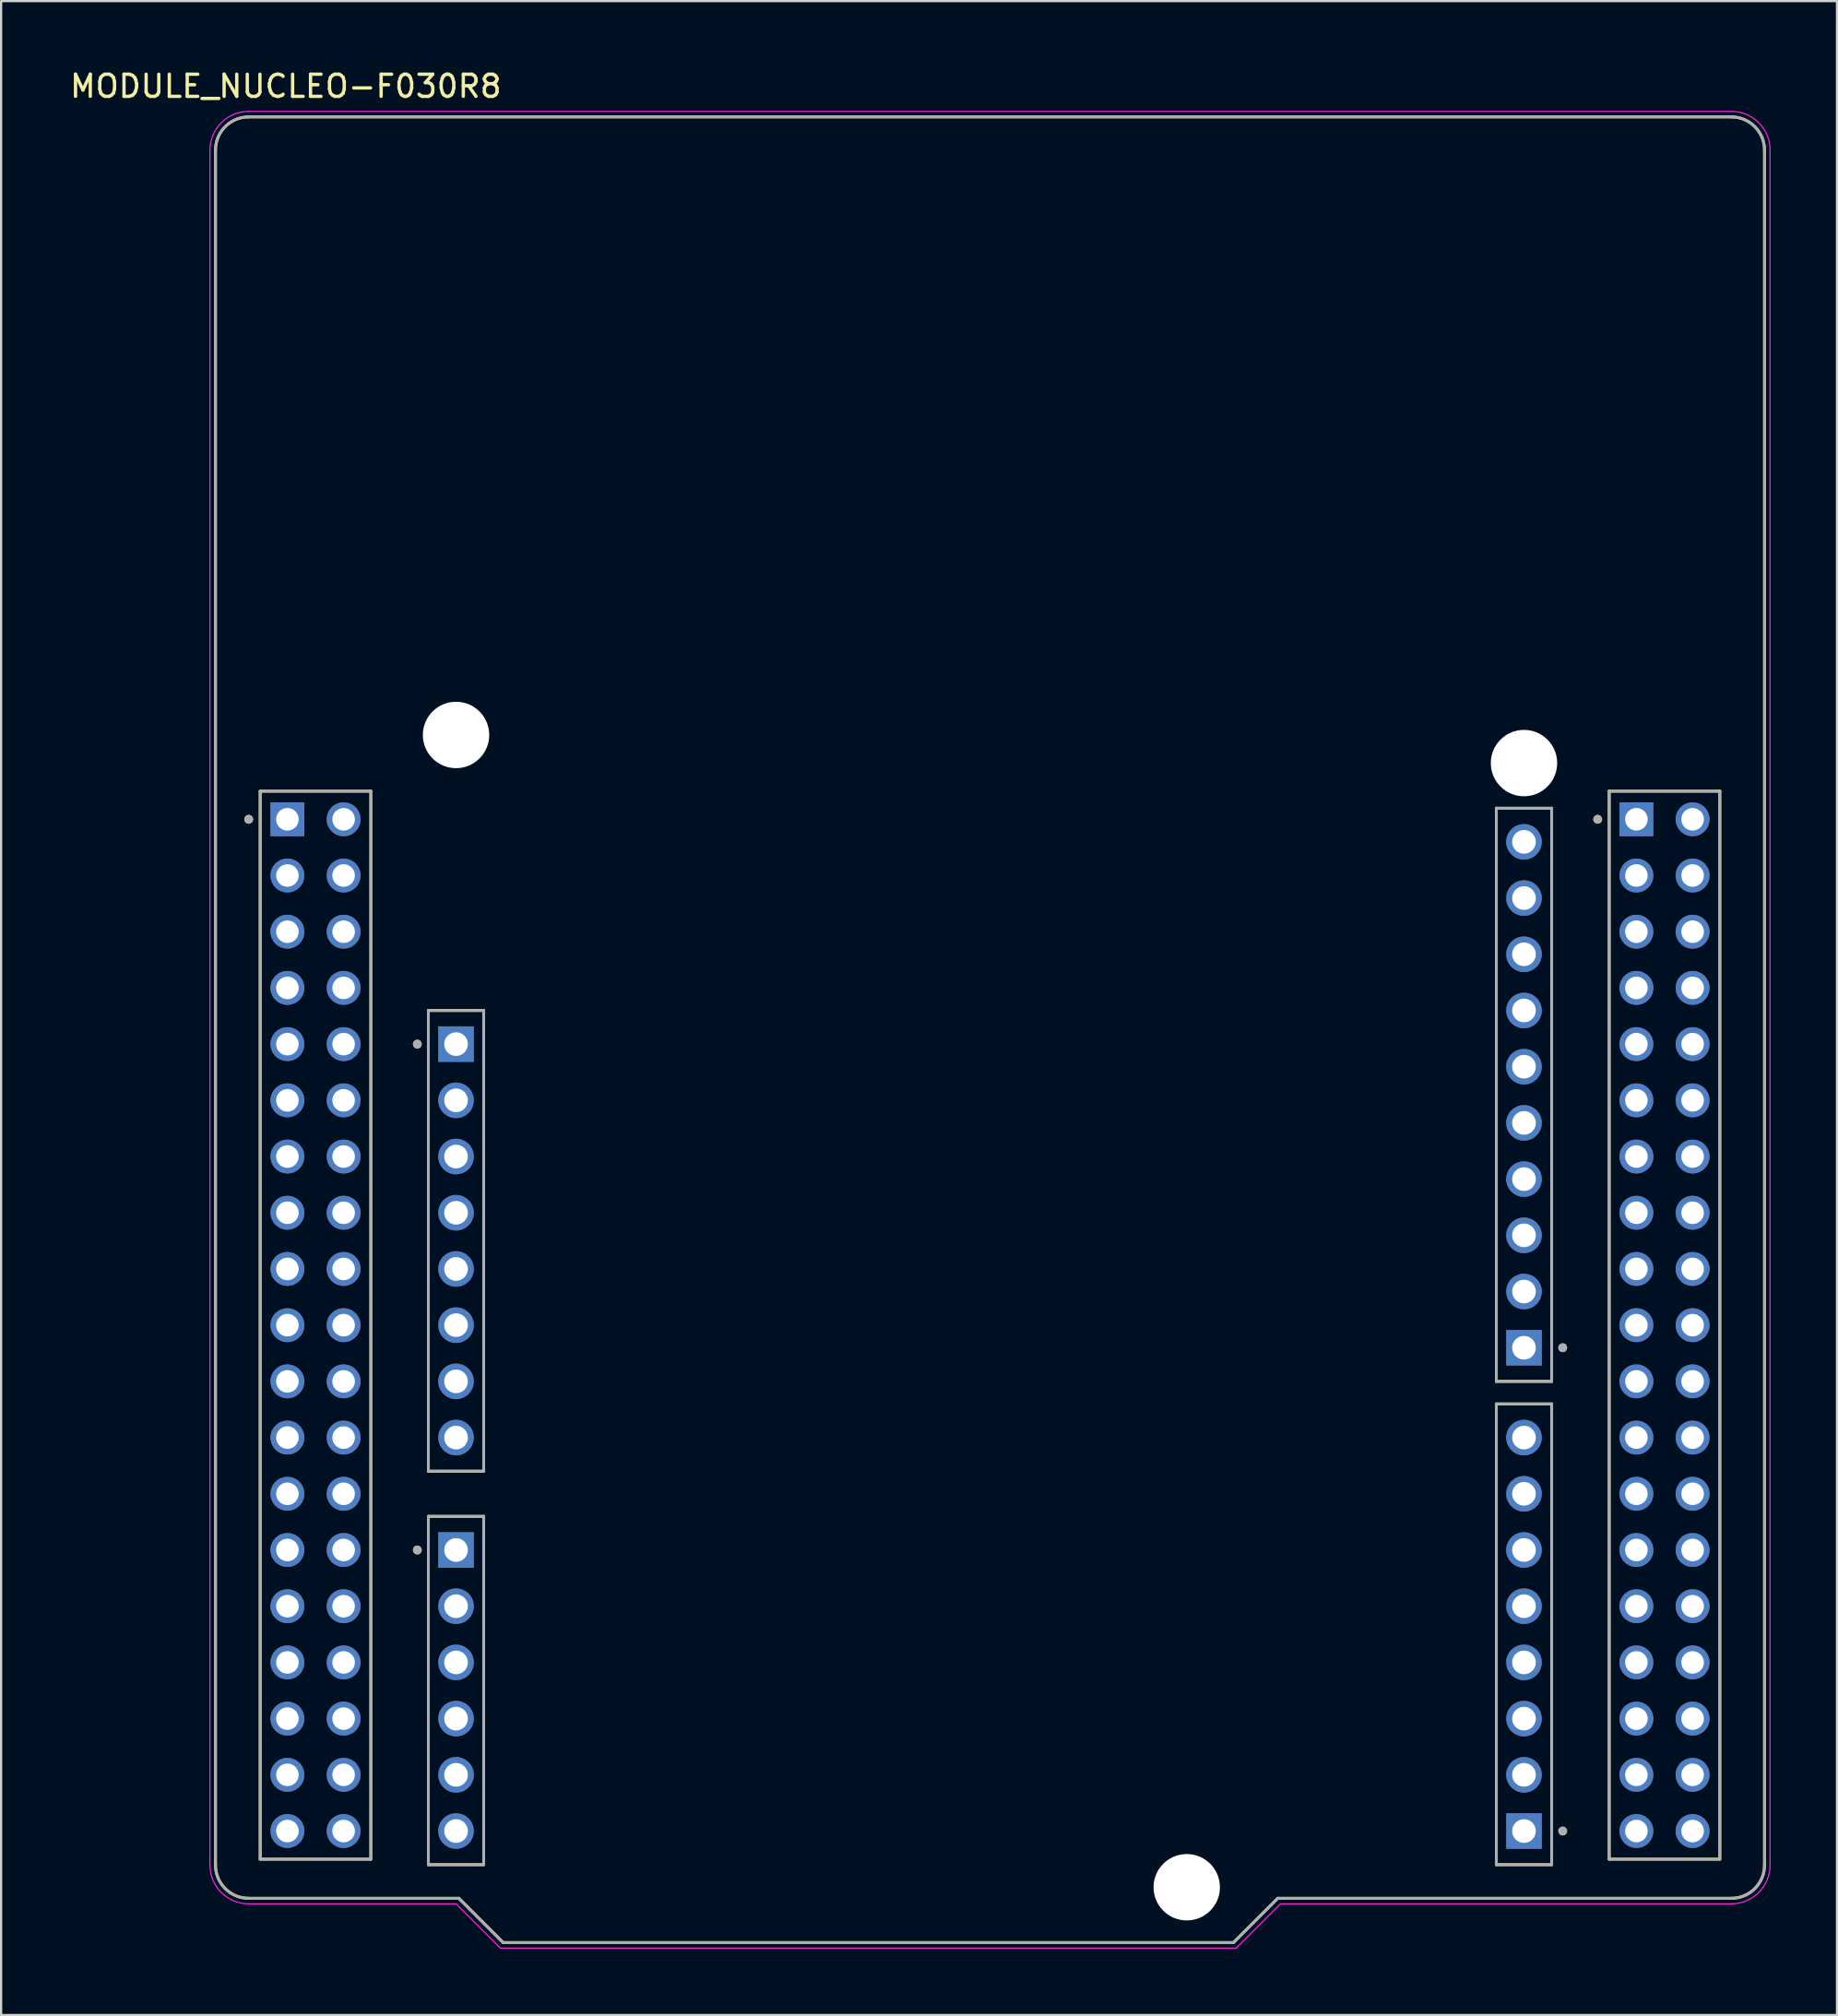
<source format=kicad_pcb>
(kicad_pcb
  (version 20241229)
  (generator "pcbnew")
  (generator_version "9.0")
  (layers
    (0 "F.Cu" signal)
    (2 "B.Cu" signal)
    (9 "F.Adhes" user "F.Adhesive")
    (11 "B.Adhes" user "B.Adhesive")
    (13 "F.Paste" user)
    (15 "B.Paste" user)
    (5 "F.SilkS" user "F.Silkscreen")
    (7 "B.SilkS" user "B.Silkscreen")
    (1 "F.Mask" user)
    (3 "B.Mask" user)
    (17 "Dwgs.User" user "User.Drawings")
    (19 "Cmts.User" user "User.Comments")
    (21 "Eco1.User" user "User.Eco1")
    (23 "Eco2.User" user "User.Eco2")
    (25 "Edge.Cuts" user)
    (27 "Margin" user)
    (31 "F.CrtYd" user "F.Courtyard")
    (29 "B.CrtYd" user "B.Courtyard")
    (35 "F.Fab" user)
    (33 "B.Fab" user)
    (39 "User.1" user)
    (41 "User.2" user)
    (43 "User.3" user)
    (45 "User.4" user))
  (footprint "MODULE_NUCLEO-F030R8"
    (layer "F.Cu")
    (at 41.688 43.483)
    (property "Reference" "MODULE_NUCLEO-F030R8" (at -31.825 -42.635 0) (layer "F.SilkS") (effects (font (size 1 1) (thickness 0.15))))
    (attr through_hole)
    (fp_line (start -35 37.75) (end -35 -39.75) (stroke (width 0.127) (type solid)) (layer "F.SilkS"))
    (fp_line (start -33.5 -41.25) (end 33.5 -41.25) (stroke (width 0.127) (type solid)) (layer "F.SilkS"))
    (fp_line (start -32.98 -10.78) (end -32.98 37.48) (stroke (width 0.127) (type solid)) (layer "F.SilkS"))
    (fp_line (start -32.98 37.48) (end -27.98 37.48) (stroke (width 0.127) (type solid)) (layer "F.SilkS"))
    (fp_line (start -27.98 -10.78) (end -32.98 -10.78) (stroke (width 0.127) (type solid)) (layer "F.SilkS"))
    (fp_line (start -27.98 37.48) (end -27.98 -10.78) (stroke (width 0.127) (type solid)) (layer "F.SilkS"))
    (fp_line (start -25.38 -0.87) (end -25.38 19.95) (stroke (width 0.127) (type solid)) (layer "F.SilkS"))
    (fp_line (start -25.38 19.95) (end -22.88 19.95) (stroke (width 0.127) (type solid)) (layer "F.SilkS"))
    (fp_line (start -25.38 21.99) (end -25.38 37.73) (stroke (width 0.127) (type solid)) (layer "F.SilkS"))
    (fp_line (start -25.38 37.73) (end -22.88 37.73) (stroke (width 0.127) (type solid)) (layer "F.SilkS"))
    (fp_line (start -24 39.25) (end -33.5 39.25) (stroke (width 0.127) (type solid)) (layer "F.SilkS"))
    (fp_line (start -22.88 -0.87) (end -25.38 -0.87) (stroke (width 0.127) (type solid)) (layer "F.SilkS"))
    (fp_line (start -22.88 19.95) (end -22.88 -0.87) (stroke (width 0.127) (type solid)) (layer "F.SilkS"))
    (fp_line (start -22.88 21.99) (end -25.38 21.99) (stroke (width 0.127) (type solid)) (layer "F.SilkS"))
    (fp_line (start -22.88 37.73) (end -22.88 21.99) (stroke (width 0.127) (type solid)) (layer "F.SilkS"))
    (fp_line (start -22 41.25) (end -24 39.25) (stroke (width 0.127) (type solid)) (layer "F.SilkS"))
    (fp_line (start 11 41.25) (end -22 41.25) (stroke (width 0.127) (type solid)) (layer "F.SilkS"))
    (fp_line (start 13 39.25) (end 11 41.25) (stroke (width 0.127) (type solid)) (layer "F.SilkS"))
    (fp_line (start 22.88 -10.01) (end 22.88 15.89) (stroke (width 0.127) (type solid)) (layer "F.SilkS"))
    (fp_line (start 22.88 15.89) (end 25.38 15.89) (stroke (width 0.127) (type solid)) (layer "F.SilkS"))
    (fp_line (start 22.88 16.91) (end 22.88 37.73) (stroke (width 0.127) (type solid)) (layer "F.SilkS"))
    (fp_line (start 22.88 37.73) (end 25.38 37.73) (stroke (width 0.127) (type solid)) (layer "F.SilkS"))
    (fp_line (start 25.38 -10.01) (end 22.88 -10.01) (stroke (width 0.127) (type solid)) (layer "F.SilkS"))
    (fp_line (start 25.38 15.89) (end 25.38 -10.01) (stroke (width 0.127) (type solid)) (layer "F.SilkS"))
    (fp_line (start 25.38 16.91) (end 22.88 16.91) (stroke (width 0.127) (type solid)) (layer "F.SilkS"))
    (fp_line (start 25.38 37.73) (end 25.38 16.91) (stroke (width 0.127) (type solid)) (layer "F.SilkS"))
    (fp_line (start 27.98 -10.78) (end 27.98 37.48) (stroke (width 0.127) (type solid)) (layer "F.SilkS"))
    (fp_line (start 27.98 37.48) (end 32.98 37.48) (stroke (width 0.127) (type solid)) (layer "F.SilkS"))
    (fp_line (start 32.98 -10.78) (end 27.98 -10.78) (stroke (width 0.127) (type solid)) (layer "F.SilkS"))
    (fp_line (start 32.98 37.48) (end 32.98 -10.78) (stroke (width 0.127) (type solid)) (layer "F.SilkS"))
    (fp_line (start 33.5 39.25) (end 13 39.25) (stroke (width 0.127) (type solid)) (layer "F.SilkS"))
    (fp_line (start 35 -39.75) (end 35 37.75) (stroke (width 0.127) (type solid)) (layer "F.SilkS"))
    (fp_arc (start -35 -39.75) (mid -34.56066 -40.81066) (end -33.5 -41.25) (stroke (width 0.127) (type solid)) (layer "F.SilkS"))
    (fp_arc (start -33.5 39.25) (mid -34.56066 38.81066) (end -35 37.75) (stroke (width 0.127) (type solid)) (layer "F.SilkS"))
    (fp_arc (start 33.5 -41.25) (mid 34.56066 -40.81066) (end 35 -39.75) (stroke (width 0.127) (type solid)) (layer "F.SilkS"))
    (fp_arc (start 35 37.75) (mid 34.56066 38.81066) (end 33.5 39.25) (stroke (width 0.127) (type solid)) (layer "F.SilkS"))
    (fp_circle (center -33.5 -9.51) (end -33.4 -9.51) (stroke (width 0.2) (type solid)) (fill no) (layer "F.SilkS"))
    (fp_circle (center -25.88 0.65) (end -25.78 0.65) (stroke (width 0.2) (type solid)) (fill no) (layer "F.SilkS"))
    (fp_circle (center -25.88 23.51) (end -25.78 23.51) (stroke (width 0.2) (type solid)) (fill no) (layer "F.SilkS"))
    (fp_circle (center 25.88 14.37) (end 25.98 14.37) (stroke (width 0.2) (type solid)) (fill no) (layer "F.SilkS"))
    (fp_circle (center 25.88 36.21) (end 25.98 36.21) (stroke (width 0.2) (type solid)) (fill no) (layer "F.SilkS"))
    (fp_circle (center 27.46 -9.51) (end 27.56 -9.51) (stroke (width 0.2) (type solid)) (fill no) (layer "F.SilkS"))
    (fp_line (start -35.25 37.75) (end -35.25 -39.75) (stroke (width 0.05) (type solid)) (layer "F.CrtYd"))
    (fp_line (start -33.5 -41.5) (end 33.5 -41.5) (stroke (width 0.05) (type solid)) (layer "F.CrtYd"))
    (fp_line (start -24.125 39.5) (end -33.5 39.5) (stroke (width 0.05) (type solid)) (layer "F.CrtYd"))
    (fp_line (start -22.125 41.5) (end -24.125 39.5) (stroke (width 0.05) (type solid)) (layer "F.CrtYd"))
    (fp_line (start 11.125 41.5) (end -22.125 41.5) (stroke (width 0.05) (type solid)) (layer "F.CrtYd"))
    (fp_line (start 13.125 39.5) (end 11.125 41.5) (stroke (width 0.05) (type solid)) (layer "F.CrtYd"))
    (fp_line (start 33.5 39.5) (end 13.125 39.5) (stroke (width 0.05) (type solid)) (layer "F.CrtYd"))
    (fp_line (start 35.25 -39.75) (end 35.25 37.75) (stroke (width 0.05) (type solid)) (layer "F.CrtYd"))
    (fp_arc (start -35.25 -39.75) (mid -34.737437 -40.987437) (end -33.5 -41.5) (stroke (width 0.05) (type solid)) (layer "F.CrtYd"))
    (fp_arc (start -33.5 39.5) (mid -34.737437 38.987437) (end -35.25 37.75) (stroke (width 0.05) (type solid)) (layer "F.CrtYd"))
    (fp_arc (start 33.5 -41.5) (mid 34.737437 -40.987437) (end 35.25 -39.75) (stroke (width 0.05) (type solid)) (layer "F.CrtYd"))
    (fp_arc (start 35.25 37.75) (mid 34.737437 38.987437) (end 33.5 39.5) (stroke (width 0.05) (type solid)) (layer "F.CrtYd"))
    (fp_line (start -35 37.75) (end -35 -39.75) (stroke (width 0.127) (type solid)) (layer "F.Fab"))
    (fp_line (start -33.5 -41.25) (end 33.5 -41.25) (stroke (width 0.127) (type solid)) (layer "F.Fab"))
    (fp_line (start -32.98 -10.78) (end -32.98 37.48) (stroke (width 0.127) (type solid)) (layer "F.Fab"))
    (fp_line (start -32.98 37.48) (end -27.98 37.48) (stroke (width 0.127) (type solid)) (layer "F.Fab"))
    (fp_line (start -27.98 -10.78) (end -32.98 -10.78) (stroke (width 0.127) (type solid)) (layer "F.Fab"))
    (fp_line (start -27.98 37.48) (end -27.98 -10.78) (stroke (width 0.127) (type solid)) (layer "F.Fab"))
    (fp_line (start -25.38 -0.87) (end -25.38 19.95) (stroke (width 0.127) (type solid)) (layer "F.Fab"))
    (fp_line (start -25.38 19.95) (end -22.88 19.95) (stroke (width 0.127) (type solid)) (layer "F.Fab"))
    (fp_line (start -25.38 21.99) (end -25.38 37.73) (stroke (width 0.127) (type solid)) (layer "F.Fab"))
    (fp_line (start -25.38 37.73) (end -22.88 37.73) (stroke (width 0.127) (type solid)) (layer "F.Fab"))
    (fp_line (start -24 39.25) (end -33.5 39.25) (stroke (width 0.127) (type solid)) (layer "F.Fab"))
    (fp_line (start -22.88 -0.87) (end -25.38 -0.87) (stroke (width 0.127) (type solid)) (layer "F.Fab"))
    (fp_line (start -22.88 19.95) (end -22.88 -0.87) (stroke (width 0.127) (type solid)) (layer "F.Fab"))
    (fp_line (start -22.88 21.99) (end -25.38 21.99) (stroke (width 0.127) (type solid)) (layer "F.Fab"))
    (fp_line (start -22.88 37.73) (end -22.88 21.99) (stroke (width 0.127) (type solid)) (layer "F.Fab"))
    (fp_line (start -22 41.25) (end -24 39.25) (stroke (width 0.127) (type solid)) (layer "F.Fab"))
    (fp_line (start 11 41.25) (end -22 41.25) (stroke (width 0.127) (type solid)) (layer "F.Fab"))
    (fp_line (start 13 39.25) (end 11 41.25) (stroke (width 0.127) (type solid)) (layer "F.Fab"))
    (fp_line (start 22.88 -10.01) (end 22.88 15.89) (stroke (width 0.127) (type solid)) (layer "F.Fab"))
    (fp_line (start 22.88 15.89) (end 25.38 15.89) (stroke (width 0.127) (type solid)) (layer "F.Fab"))
    (fp_line (start 22.88 16.91) (end 22.88 37.73) (stroke (width 0.127) (type solid)) (layer "F.Fab"))
    (fp_line (start 22.88 37.73) (end 25.38 37.73) (stroke (width 0.127) (type solid)) (layer "F.Fab"))
    (fp_line (start 25.38 -10.01) (end 22.88 -10.01) (stroke (width 0.127) (type solid)) (layer "F.Fab"))
    (fp_line (start 25.38 15.89) (end 25.38 -10.01) (stroke (width 0.127) (type solid)) (layer "F.Fab"))
    (fp_line (start 25.38 16.91) (end 22.88 16.91) (stroke (width 0.127) (type solid)) (layer "F.Fab"))
    (fp_line (start 25.38 37.73) (end 25.38 16.91) (stroke (width 0.127) (type solid)) (layer "F.Fab"))
    (fp_line (start 27.98 -10.78) (end 27.98 37.48) (stroke (width 0.127) (type solid)) (layer "F.Fab"))
    (fp_line (start 27.98 37.48) (end 32.98 37.48) (stroke (width 0.127) (type solid)) (layer "F.Fab"))
    (fp_line (start 32.98 -10.78) (end 27.98 -10.78) (stroke (width 0.127) (type solid)) (layer "F.Fab"))
    (fp_line (start 32.98 37.48) (end 32.98 -10.78) (stroke (width 0.127) (type solid)) (layer "F.Fab"))
    (fp_line (start 33.5 39.25) (end 13 39.25) (stroke (width 0.127) (type solid)) (layer "F.Fab"))
    (fp_line (start 35 -39.75) (end 35 37.75) (stroke (width 0.127) (type solid)) (layer "F.Fab"))
    (fp_arc (start -35 -39.75) (mid -34.56066 -40.81066) (end -33.5 -41.25) (stroke (width 0.127) (type solid)) (layer "F.Fab"))
    (fp_arc (start -33.5 39.25) (mid -34.56066 38.81066) (end -35 37.75) (stroke (width 0.127) (type solid)) (layer "F.Fab"))
    (fp_arc (start 33.5 -41.25) (mid 34.56066 -40.81066) (end 35 -39.75) (stroke (width 0.127) (type solid)) (layer "F.Fab"))
    (fp_arc (start 35 37.75) (mid 34.56066 38.81066) (end 33.5 39.25) (stroke (width 0.127) (type solid)) (layer "F.Fab"))
    (fp_circle (center -33.5 -9.51) (end -33.4 -9.51) (stroke (width 0.2) (type solid)) (fill no) (layer "F.Fab"))
    (fp_circle (center -25.88 0.65) (end -25.78 0.65) (stroke (width 0.2) (type solid)) (fill no) (layer "F.Fab"))
    (fp_circle (center -25.88 23.51) (end -25.78 23.51) (stroke (width 0.2) (type solid)) (fill no) (layer "F.Fab"))
    (fp_circle (center 25.88 14.37) (end 25.98 14.37) (stroke (width 0.2) (type solid)) (fill no) (layer "F.Fab"))
    (fp_circle (center 25.88 36.21) (end 25.98 36.21) (stroke (width 0.2) (type solid)) (fill no) (layer "F.Fab"))
    (fp_circle (center 27.46 -9.51) (end 27.56 -9.51) (stroke (width 0.2) (type solid)) (fill no) (layer "F.Fab"))
    (pad "" np_thru_hole circle (at -24.13 -13.32) (size 3 3) (drill 3) (layers "*.Cu" "*.Mask"))
    (pad "" np_thru_hole circle (at 8.89 38.75) (size 3 3) (drill 3) (layers "*.Cu" "*.Mask"))
    (pad "" np_thru_hole circle (at 24.13 -12.05) (size 3 3) (drill 3) (layers "*.Cu" "*.Mask"))
    (pad "CN5_1" thru_hole rect (at 24.13 14.37) (size 1.605 1.605) (drill 1.07) (layers "*.Cu" "*.Mask"))
    (pad "CN5_2" thru_hole circle (at 24.13 11.83) (size 1.605 1.605) (drill 1.07) (layers "*.Cu" "*.Mask"))
    (pad "CN5_3" thru_hole circle (at 24.13 9.29) (size 1.605 1.605) (drill 1.07) (layers "*.Cu" "*.Mask"))
    (pad "CN5_4" thru_hole circle (at 24.13 6.75) (size 1.605 1.605) (drill 1.07) (layers "*.Cu" "*.Mask"))
    (pad "CN5_5" thru_hole circle (at 24.13 4.21) (size 1.605 1.605) (drill 1.07) (layers "*.Cu" "*.Mask"))
    (pad "CN5_6" thru_hole circle (at 24.13 1.67) (size 1.605 1.605) (drill 1.07) (layers "*.Cu" "*.Mask"))
    (pad "CN5_7" thru_hole circle (at 24.13 -0.87) (size 1.605 1.605) (drill 1.07) (layers "*.Cu" "*.Mask"))
    (pad "CN5_8" thru_hole circle (at 24.13 -3.41) (size 1.605 1.605) (drill 1.07) (layers "*.Cu" "*.Mask"))
    (pad "CN5_9" thru_hole circle (at 24.13 -5.95) (size 1.605 1.605) (drill 1.07) (layers "*.Cu" "*.Mask"))
    (pad "CN5_10" thru_hole circle (at 24.13 -8.49) (size 1.605 1.605) (drill 1.07) (layers "*.Cu" "*.Mask"))
    (pad "CN6_1" thru_hole rect (at -24.13 0.65) (size 1.605 1.605) (drill 1.07) (layers "*.Cu" "*.Mask"))
    (pad "CN6_2" thru_hole circle (at -24.13 3.19) (size 1.605 1.605) (drill 1.07) (layers "*.Cu" "*.Mask"))
    (pad "CN6_3" thru_hole circle (at -24.13 5.73) (size 1.605 1.605) (drill 1.07) (layers "*.Cu" "*.Mask"))
    (pad "CN6_4" thru_hole circle (at -24.13 8.27) (size 1.605 1.605) (drill 1.07) (layers "*.Cu" "*.Mask"))
    (pad "CN6_5" thru_hole circle (at -24.13 10.81) (size 1.605 1.605) (drill 1.07) (layers "*.Cu" "*.Mask"))
    (pad "CN6_6" thru_hole circle (at -24.13 13.35) (size 1.605 1.605) (drill 1.07) (layers "*.Cu" "*.Mask"))
    (pad "CN6_7" thru_hole circle (at -24.13 15.89) (size 1.605 1.605) (drill 1.07) (layers "*.Cu" "*.Mask"))
    (pad "CN6_8" thru_hole circle (at -24.13 18.43) (size 1.605 1.605) (drill 1.07) (layers "*.Cu" "*.Mask"))
    (pad "CN7_1" thru_hole rect (at -31.75 -9.51) (size 1.53 1.53) (drill 1.02) (layers "*.Cu" "*.Mask"))
    (pad "CN7_2" thru_hole circle (at -29.21 -9.51) (size 1.53 1.53) (drill 1.02) (layers "*.Cu" "*.Mask"))
    (pad "CN7_3" thru_hole circle (at -31.75 -6.97) (size 1.53 1.53) (drill 1.02) (layers "*.Cu" "*.Mask"))
    (pad "CN7_4" thru_hole circle (at -29.21 -6.97) (size 1.53 1.53) (drill 1.02) (layers "*.Cu" "*.Mask"))
    (pad "CN7_5" thru_hole circle (at -31.75 -4.43) (size 1.53 1.53) (drill 1.02) (layers "*.Cu" "*.Mask"))
    (pad "CN7_6" thru_hole circle (at -29.21 -4.43) (size 1.53 1.53) (drill 1.02) (layers "*.Cu" "*.Mask"))
    (pad "CN7_7" thru_hole circle (at -31.75 -1.89) (size 1.53 1.53) (drill 1.02) (layers "*.Cu" "*.Mask"))
    (pad "CN7_8" thru_hole circle (at -29.21 -1.89) (size 1.53 1.53) (drill 1.02) (layers "*.Cu" "*.Mask"))
    (pad "CN7_9" thru_hole circle (at -31.75 0.65) (size 1.53 1.53) (drill 1.02) (layers "*.Cu" "*.Mask"))
    (pad "CN7_10" thru_hole circle (at -29.21 0.65) (size 1.53 1.53) (drill 1.02) (layers "*.Cu" "*.Mask"))
    (pad "CN7_11" thru_hole circle (at -31.75 3.19) (size 1.53 1.53) (drill 1.02) (layers "*.Cu" "*.Mask"))
    (pad "CN7_12" thru_hole circle (at -29.21 3.19) (size 1.53 1.53) (drill 1.02) (layers "*.Cu" "*.Mask"))
    (pad "CN7_13" thru_hole circle (at -31.75 5.73) (size 1.53 1.53) (drill 1.02) (layers "*.Cu" "*.Mask"))
    (pad "CN7_14" thru_hole circle (at -29.21 5.73) (size 1.53 1.53) (drill 1.02) (layers "*.Cu" "*.Mask"))
    (pad "CN7_15" thru_hole circle (at -31.75 8.27) (size 1.53 1.53) (drill 1.02) (layers "*.Cu" "*.Mask"))
    (pad "CN7_16" thru_hole circle (at -29.21 8.27) (size 1.53 1.53) (drill 1.02) (layers "*.Cu" "*.Mask"))
    (pad "CN7_17" thru_hole circle (at -31.75 10.81) (size 1.53 1.53) (drill 1.02) (layers "*.Cu" "*.Mask"))
    (pad "CN7_18" thru_hole circle (at -29.21 10.81) (size 1.53 1.53) (drill 1.02) (layers "*.Cu" "*.Mask"))
    (pad "CN7_19" thru_hole circle (at -31.75 13.35) (size 1.53 1.53) (drill 1.02) (layers "*.Cu" "*.Mask"))
    (pad "CN7_20" thru_hole circle (at -29.21 13.35) (size 1.53 1.53) (drill 1.02) (layers "*.Cu" "*.Mask"))
    (pad "CN7_21" thru_hole circle (at -31.75 15.89) (size 1.53 1.53) (drill 1.02) (layers "*.Cu" "*.Mask"))
    (pad "CN7_22" thru_hole circle (at -29.21 15.89) (size 1.53 1.53) (drill 1.02) (layers "*.Cu" "*.Mask"))
    (pad "CN7_23" thru_hole circle (at -31.75 18.43) (size 1.53 1.53) (drill 1.02) (layers "*.Cu" "*.Mask"))
    (pad "CN7_24" thru_hole circle (at -29.21 18.43) (size 1.53 1.53) (drill 1.02) (layers "*.Cu" "*.Mask"))
    (pad "CN7_25" thru_hole circle (at -31.75 20.97) (size 1.53 1.53) (drill 1.02) (layers "*.Cu" "*.Mask"))
    (pad "CN7_26" thru_hole circle (at -29.21 20.97) (size 1.53 1.53) (drill 1.02) (layers "*.Cu" "*.Mask"))
    (pad "CN7_27" thru_hole circle (at -31.75 23.51) (size 1.53 1.53) (drill 1.02) (layers "*.Cu" "*.Mask"))
    (pad "CN7_28" thru_hole circle (at -29.21 23.51) (size 1.53 1.53) (drill 1.02) (layers "*.Cu" "*.Mask"))
    (pad "CN7_29" thru_hole circle (at -31.75 26.05) (size 1.53 1.53) (drill 1.02) (layers "*.Cu" "*.Mask"))
    (pad "CN7_30" thru_hole circle (at -29.21 26.05) (size 1.53 1.53) (drill 1.02) (layers "*.Cu" "*.Mask"))
    (pad "CN7_31" thru_hole circle (at -31.75 28.59) (size 1.53 1.53) (drill 1.02) (layers "*.Cu" "*.Mask"))
    (pad "CN7_32" thru_hole circle (at -29.21 28.59) (size 1.53 1.53) (drill 1.02) (layers "*.Cu" "*.Mask"))
    (pad "CN7_33" thru_hole circle (at -31.75 31.13) (size 1.53 1.53) (drill 1.02) (layers "*.Cu" "*.Mask"))
    (pad "CN7_34" thru_hole circle (at -29.21 31.13) (size 1.53 1.53) (drill 1.02) (layers "*.Cu" "*.Mask"))
    (pad "CN7_35" thru_hole circle (at -31.75 33.67) (size 1.53 1.53) (drill 1.02) (layers "*.Cu" "*.Mask"))
    (pad "CN7_36" thru_hole circle (at -29.21 33.67) (size 1.53 1.53) (drill 1.02) (layers "*.Cu" "*.Mask"))
    (pad "CN7_37" thru_hole circle (at -31.75 36.21) (size 1.53 1.53) (drill 1.02) (layers "*.Cu" "*.Mask"))
    (pad "CN7_38" thru_hole circle (at -29.21 36.21) (size 1.53 1.53) (drill 1.02) (layers "*.Cu" "*.Mask"))
    (pad "CN8_1" thru_hole rect (at -24.13 23.51) (size 1.605 1.605) (drill 1.07) (layers "*.Cu" "*.Mask"))
    (pad "CN8_2" thru_hole circle (at -24.13 26.05) (size 1.605 1.605) (drill 1.07) (layers "*.Cu" "*.Mask"))
    (pad "CN8_3" thru_hole circle (at -24.13 28.59) (size 1.605 1.605) (drill 1.07) (layers "*.Cu" "*.Mask"))
    (pad "CN8_4" thru_hole circle (at -24.13 31.13) (size 1.605 1.605) (drill 1.07) (layers "*.Cu" "*.Mask"))
    (pad "CN8_5" thru_hole circle (at -24.13 33.67) (size 1.605 1.605) (drill 1.07) (layers "*.Cu" "*.Mask"))
    (pad "CN8_6" thru_hole circle (at -24.13 36.21) (size 1.605 1.605) (drill 1.07) (layers "*.Cu" "*.Mask"))
    (pad "CN9_1" thru_hole rect (at 24.13 36.21) (size 1.605 1.605) (drill 1.07) (layers "*.Cu" "*.Mask"))
    (pad "CN9_2" thru_hole circle (at 24.13 33.67) (size 1.605 1.605) (drill 1.07) (layers "*.Cu" "*.Mask"))
    (pad "CN9_3" thru_hole circle (at 24.13 31.13) (size 1.605 1.605) (drill 1.07) (layers "*.Cu" "*.Mask"))
    (pad "CN9_4" thru_hole circle (at 24.13 28.59) (size 1.605 1.605) (drill 1.07) (layers "*.Cu" "*.Mask"))
    (pad "CN9_5" thru_hole circle (at 24.13 26.05) (size 1.605 1.605) (drill 1.07) (layers "*.Cu" "*.Mask"))
    (pad "CN9_6" thru_hole circle (at 24.13 23.51) (size 1.605 1.605) (drill 1.07) (layers "*.Cu" "*.Mask"))
    (pad "CN9_7" thru_hole circle (at 24.13 20.97) (size 1.605 1.605) (drill 1.07) (layers "*.Cu" "*.Mask"))
    (pad "CN9_8" thru_hole circle (at 24.13 18.43) (size 1.605 1.605) (drill 1.07) (layers "*.Cu" "*.Mask"))
    (pad "CN10_1" thru_hole rect (at 29.21 -9.51) (size 1.53 1.53) (drill 1.02) (layers "*.Cu" "*.Mask"))
    (pad "CN10_2" thru_hole circle (at 31.75 -9.51) (size 1.53 1.53) (drill 1.02) (layers "*.Cu" "*.Mask"))
    (pad "CN10_3" thru_hole circle (at 29.21 -6.97) (size 1.53 1.53) (drill 1.02) (layers "*.Cu" "*.Mask"))
    (pad "CN10_4" thru_hole circle (at 31.75 -6.97) (size 1.53 1.53) (drill 1.02) (layers "*.Cu" "*.Mask"))
    (pad "CN10_5" thru_hole circle (at 29.21 -4.43) (size 1.53 1.53) (drill 1.02) (layers "*.Cu" "*.Mask"))
    (pad "CN10_6" thru_hole circle (at 31.75 -4.43) (size 1.53 1.53) (drill 1.02) (layers "*.Cu" "*.Mask"))
    (pad "CN10_7" thru_hole circle (at 29.21 -1.89) (size 1.53 1.53) (drill 1.02) (layers "*.Cu" "*.Mask"))
    (pad "CN10_8" thru_hole circle (at 31.75 -1.89) (size 1.53 1.53) (drill 1.02) (layers "*.Cu" "*.Mask"))
    (pad "CN10_9" thru_hole circle (at 29.21 0.65) (size 1.53 1.53) (drill 1.02) (layers "*.Cu" "*.Mask"))
    (pad "CN10_10" thru_hole circle (at 31.75 0.65) (size 1.53 1.53) (drill 1.02) (layers "*.Cu" "*.Mask"))
    (pad "CN10_11" thru_hole circle (at 29.21 3.19) (size 1.53 1.53) (drill 1.02) (layers "*.Cu" "*.Mask"))
    (pad "CN10_12" thru_hole circle (at 31.75 3.19) (size 1.53 1.53) (drill 1.02) (layers "*.Cu" "*.Mask"))
    (pad "CN10_13" thru_hole circle (at 29.21 5.73) (size 1.53 1.53) (drill 1.02) (layers "*.Cu" "*.Mask"))
    (pad "CN10_14" thru_hole circle (at 31.75 5.73) (size 1.53 1.53) (drill 1.02) (layers "*.Cu" "*.Mask"))
    (pad "CN10_15" thru_hole circle (at 29.21 8.27) (size 1.53 1.53) (drill 1.02) (layers "*.Cu" "*.Mask"))
    (pad "CN10_16" thru_hole circle (at 31.75 8.27) (size 1.53 1.53) (drill 1.02) (layers "*.Cu" "*.Mask"))
    (pad "CN10_17" thru_hole circle (at 29.21 10.81) (size 1.53 1.53) (drill 1.02) (layers "*.Cu" "*.Mask"))
    (pad "CN10_18" thru_hole circle (at 31.75 10.81) (size 1.53 1.53) (drill 1.02) (layers "*.Cu" "*.Mask"))
    (pad "CN10_19" thru_hole circle (at 29.21 13.35) (size 1.53 1.53) (drill 1.02) (layers "*.Cu" "*.Mask"))
    (pad "CN10_20" thru_hole circle (at 31.75 13.35) (size 1.53 1.53) (drill 1.02) (layers "*.Cu" "*.Mask"))
    (pad "CN10_21" thru_hole circle (at 29.21 15.89) (size 1.53 1.53) (drill 1.02) (layers "*.Cu" "*.Mask"))
    (pad "CN10_22" thru_hole circle (at 31.75 15.89) (size 1.53 1.53) (drill 1.02) (layers "*.Cu" "*.Mask"))
    (pad "CN10_23" thru_hole circle (at 29.21 18.43) (size 1.53 1.53) (drill 1.02) (layers "*.Cu" "*.Mask"))
    (pad "CN10_24" thru_hole circle (at 31.75 18.43) (size 1.53 1.53) (drill 1.02) (layers "*.Cu" "*.Mask"))
    (pad "CN10_25" thru_hole circle (at 29.21 20.97) (size 1.53 1.53) (drill 1.02) (layers "*.Cu" "*.Mask"))
    (pad "CN10_26" thru_hole circle (at 31.75 20.97) (size 1.53 1.53) (drill 1.02) (layers "*.Cu" "*.Mask"))
    (pad "CN10_27" thru_hole circle (at 29.21 23.51) (size 1.53 1.53) (drill 1.02) (layers "*.Cu" "*.Mask"))
    (pad "CN10_28" thru_hole circle (at 31.75 23.51) (size 1.53 1.53) (drill 1.02) (layers "*.Cu" "*.Mask"))
    (pad "CN10_29" thru_hole circle (at 29.21 26.05) (size 1.53 1.53) (drill 1.02) (layers "*.Cu" "*.Mask"))
    (pad "CN10_30" thru_hole circle (at 31.75 26.05) (size 1.53 1.53) (drill 1.02) (layers "*.Cu" "*.Mask"))
    (pad "CN10_31" thru_hole circle (at 29.21 28.59) (size 1.53 1.53) (drill 1.02) (layers "*.Cu" "*.Mask"))
    (pad "CN10_32" thru_hole circle (at 31.75 28.59) (size 1.53 1.53) (drill 1.02) (layers "*.Cu" "*.Mask"))
    (pad "CN10_33" thru_hole circle (at 29.21 31.13) (size 1.53 1.53) (drill 1.02) (layers "*.Cu" "*.Mask"))
    (pad "CN10_34" thru_hole circle (at 31.75 31.13) (size 1.53 1.53) (drill 1.02) (layers "*.Cu" "*.Mask"))
    (pad "CN10_35" thru_hole circle (at 29.21 33.67) (size 1.53 1.53) (drill 1.02) (layers "*.Cu" "*.Mask"))
    (pad "CN10_36" thru_hole circle (at 31.75 33.67) (size 1.53 1.53) (drill 1.02) (layers "*.Cu" "*.Mask"))
    (pad "CN10_37" thru_hole circle (at 29.21 36.21) (size 1.53 1.53) (drill 1.02) (layers "*.Cu" "*.Mask"))
    (pad "CN10_38" thru_hole circle (at 31.75 36.21) (size 1.53 1.53) (drill 1.02) (layers "*.Cu" "*.Mask")))
  (gr_rect
    (start -3 -3)
    (end 79.963 88.008)
    (stroke (width 0.1) (type default))
    (fill no)
    (layer "Edge.Cuts")))
</source>
